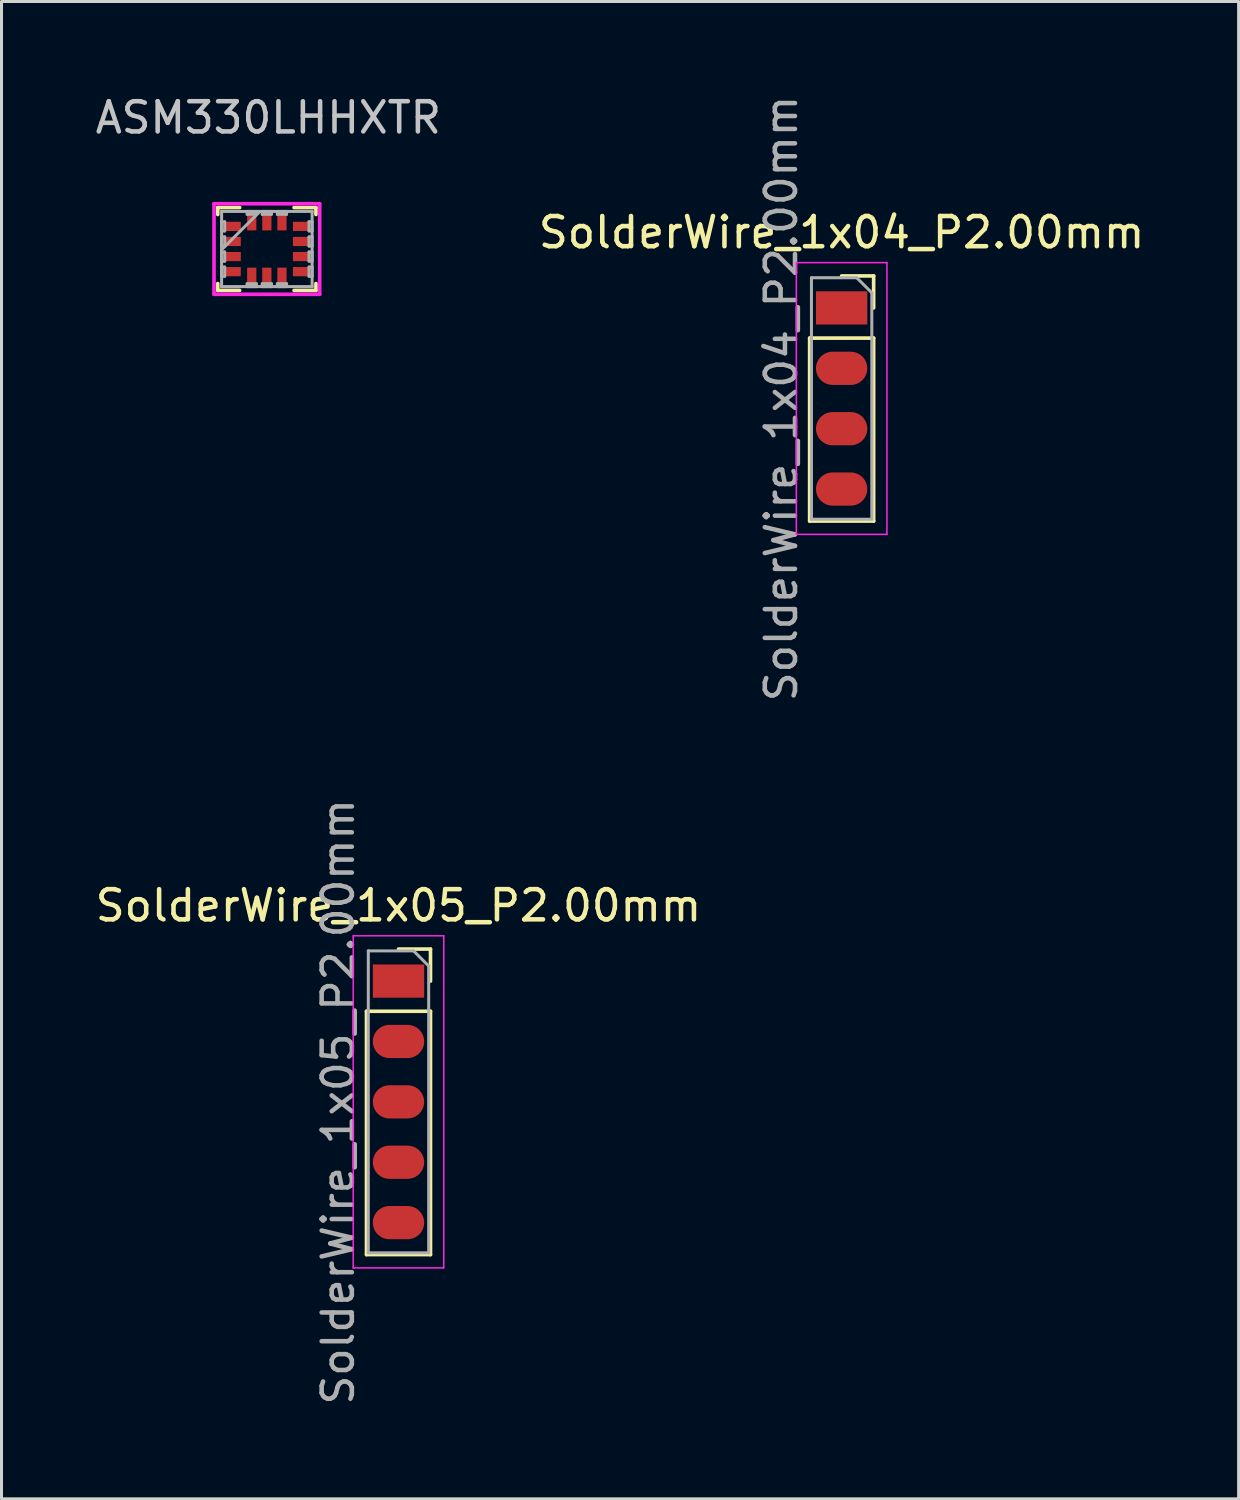
<source format=kicad_pcb>
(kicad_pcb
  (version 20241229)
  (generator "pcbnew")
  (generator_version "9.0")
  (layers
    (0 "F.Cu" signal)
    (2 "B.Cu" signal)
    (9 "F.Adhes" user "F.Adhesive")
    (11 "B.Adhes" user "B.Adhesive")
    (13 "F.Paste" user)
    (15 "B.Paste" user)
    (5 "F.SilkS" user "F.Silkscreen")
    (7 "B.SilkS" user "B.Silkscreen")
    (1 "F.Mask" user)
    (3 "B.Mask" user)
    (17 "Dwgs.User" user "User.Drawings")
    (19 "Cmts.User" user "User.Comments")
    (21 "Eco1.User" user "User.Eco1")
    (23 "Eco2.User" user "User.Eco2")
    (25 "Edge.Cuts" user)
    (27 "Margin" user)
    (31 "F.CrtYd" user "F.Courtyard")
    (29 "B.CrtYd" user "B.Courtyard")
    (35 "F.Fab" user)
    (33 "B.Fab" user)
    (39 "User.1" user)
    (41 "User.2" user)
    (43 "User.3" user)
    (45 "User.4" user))
  (footprint "SolderWire_1x04_P2.00mm"
    (layer "F.Cu")
    (at 24.827 7.149)
    (property "Reference" "SolderWire_1x04_P2.00mm" (at 0 -2.5 0) (layer "F.SilkS") (effects (font (size 1 1) (thickness 0.15))))
    (attr through_hole)
    (fp_line (start -1.06 1) (end -1.06 7.06) (stroke (width 0.12) (type solid)) (layer "F.SilkS"))
    (fp_line (start -1.06 1) (end 1.06 1) (stroke (width 0.12) (type solid)) (layer "F.SilkS"))
    (fp_line (start -1.06 7.06) (end 1.06 7.06) (stroke (width 0.12) (type solid)) (layer "F.SilkS"))
    (fp_line (start 0 -1.06) (end 1.06 -1.06) (stroke (width 0.12) (type solid)) (layer "F.SilkS"))
    (fp_line (start 1.06 -1.06) (end 1.06 0) (stroke (width 0.12) (type solid)) (layer "F.SilkS"))
    (fp_line (start 1.06 1) (end 1.06 7.06) (stroke (width 0.12) (type solid)) (layer "F.SilkS"))
    (fp_line (start -1.5 -1.5) (end 1.5 -1.5) (stroke (width 0.05) (type solid)) (layer "F.CrtYd"))
    (fp_line (start -1.5 7.5) (end -1.5 -1.5) (stroke (width 0.05) (type solid)) (layer "F.CrtYd"))
    (fp_line (start 1.5 -1.5) (end 1.5 7.5) (stroke (width 0.05) (type solid)) (layer "F.CrtYd"))
    (fp_line (start 1.5 7.5) (end -1.5 7.5) (stroke (width 0.05) (type solid)) (layer "F.CrtYd"))
    (fp_line (start -1 -1) (end 0.5 -1) (stroke (width 0.1) (type solid)) (layer "F.Fab"))
    (fp_line (start -1 7) (end -1 -1) (stroke (width 0.1) (type solid)) (layer "F.Fab"))
    (fp_line (start 0.5 -1) (end 1 -0.5) (stroke (width 0.1) (type solid)) (layer "F.Fab"))
    (fp_line (start 1 -0.5) (end 1 7) (stroke (width 0.1) (type solid)) (layer "F.Fab"))
    (fp_line (start 1 7) (end -1 7) (stroke (width 0.1) (type solid)) (layer "F.Fab"))
    (fp_text user "${REFERENCE}" (at -2 3 90) (layer "F.Fab") (effects (font (size 1 1) (thickness 0.15))))
    (pad "1" smd rect (at 0 0) (size 1.7 1.1) (layers "F.Cu" "F.Mask" "F.Paste"))
    (pad "2" smd oval (at 0 2) (size 1.7 1.1) (layers "F.Cu" "F.Mask" "F.Paste"))
    (pad "3" smd oval (at 0 4) (size 1.7 1.1) (layers "F.Cu" "F.Mask" "F.Paste"))
    (pad "4" smd oval (at 0 6) (size 1.7 1.1) (layers "F.Cu" "F.Mask" "F.Paste")))
  (footprint "ASM330LHHXTR"
    (layer "F.Cu")
    (at 5.789 5.198)
    (property "Reference" "ASM330LHHXTR" (at 0.05 -4.35 0) (layer "Dwgs.User") (effects (font (size 1 1) (thickness 0.15))))
    (attr through_hole)
    (fp_line (start -1.626 -1.372) (end -1.626 -1.144) (stroke (width 0.12) (type solid)) (layer "F.SilkS"))
    (fp_line (start -1.626 1.144) (end -1.626 1.372) (stroke (width 0.12) (type solid)) (layer "F.SilkS"))
    (fp_line (start -1.626 1.372) (end -0.901 1.372) (stroke (width 0.12) (type solid)) (layer "F.SilkS"))
    (fp_line (start -0.901 -1.372) (end -1.626 -1.372) (stroke (width 0.12) (type solid)) (layer "F.SilkS"))
    (fp_line (start 0.901 1.372) (end 1.626 1.372) (stroke (width 0.12) (type solid)) (layer "F.SilkS"))
    (fp_line (start 1.626 -1.372) (end 0.901 -1.372) (stroke (width 0.12) (type solid)) (layer "F.SilkS"))
    (fp_line (start 1.626 -1.144) (end 1.626 -1.372) (stroke (width 0.12) (type solid)) (layer "F.SilkS"))
    (fp_line (start 1.626 1.372) (end 1.626 1.144) (stroke (width 0.12) (type solid)) (layer "F.SilkS"))
    (fp_line (start -1.75 -1.5) (end 1.75 -1.5) (stroke (width 0.12) (type solid)) (layer "F.CrtYd"))
    (fp_line (start -1.75 1.5) (end -1.75 -1.5) (stroke (width 0.12) (type solid)) (layer "F.CrtYd"))
    (fp_line (start 1.75 -1.5) (end 1.75 1.5) (stroke (width 0.12) (type solid)) (layer "F.CrtYd"))
    (fp_line (start 1.75 1.5) (end -1.75 1.5) (stroke (width 0.12) (type solid)) (layer "F.CrtYd"))
    (fp_line (start -1.499 -1.245) (end -1.499 -1.245) (stroke (width 0.1) (type solid)) (layer "F.Fab"))
    (fp_line (start -1.499 -1.245) (end -1.499 1.245) (stroke (width 0.1) (type solid)) (layer "F.Fab"))
    (fp_line (start -1.499 -0.903) (end -1.397 -0.903) (stroke (width 0.1) (type solid)) (layer "F.Fab"))
    (fp_line (start -1.499 -0.598) (end -1.499 -0.903) (stroke (width 0.1) (type solid)) (layer "F.Fab"))
    (fp_line (start -1.499 -0.402) (end -1.397 -0.402) (stroke (width 0.1) (type solid)) (layer "F.Fab"))
    (fp_line (start -1.499 -0.098) (end -1.499 -0.402) (stroke (width 0.1) (type solid)) (layer "F.Fab"))
    (fp_line (start -1.499 0.025) (end -0.229 -1.245) (stroke (width 0.1) (type solid)) (layer "F.Fab"))
    (fp_line (start -1.499 0.098) (end -1.397 0.098) (stroke (width 0.1) (type solid)) (layer "F.Fab"))
    (fp_line (start -1.499 0.402) (end -1.499 0.098) (stroke (width 0.1) (type solid)) (layer "F.Fab"))
    (fp_line (start -1.499 0.598) (end -1.397 0.598) (stroke (width 0.1) (type solid)) (layer "F.Fab"))
    (fp_line (start -1.499 0.903) (end -1.499 0.598) (stroke (width 0.1) (type solid)) (layer "F.Fab"))
    (fp_line (start -1.499 1.245) (end -1.499 1.245) (stroke (width 0.1) (type solid)) (layer "F.Fab"))
    (fp_line (start -1.499 1.245) (end 1.499 1.245) (stroke (width 0.1) (type solid)) (layer "F.Fab"))
    (fp_line (start -1.397 -0.903) (end -1.397 -0.598) (stroke (width 0.1) (type solid)) (layer "F.Fab"))
    (fp_line (start -1.397 -0.598) (end -1.499 -0.598) (stroke (width 0.1) (type solid)) (layer "F.Fab"))
    (fp_line (start -1.397 -0.402) (end -1.397 -0.098) (stroke (width 0.1) (type solid)) (layer "F.Fab"))
    (fp_line (start -1.397 -0.098) (end -1.499 -0.098) (stroke (width 0.1) (type solid)) (layer "F.Fab"))
    (fp_line (start -1.397 0.098) (end -1.397 0.402) (stroke (width 0.1) (type solid)) (layer "F.Fab"))
    (fp_line (start -1.397 0.402) (end -1.499 0.402) (stroke (width 0.1) (type solid)) (layer "F.Fab"))
    (fp_line (start -1.397 0.598) (end -1.397 0.903) (stroke (width 0.1) (type solid)) (layer "F.Fab"))
    (fp_line (start -1.397 0.903) (end -1.499 0.903) (stroke (width 0.1) (type solid)) (layer "F.Fab"))
    (fp_line (start -0.653 -1.245) (end -0.348 -1.245) (stroke (width 0.1) (type solid)) (layer "F.Fab"))
    (fp_line (start -0.653 -1.15) (end -0.653 -1.245) (stroke (width 0.1) (type solid)) (layer "F.Fab"))
    (fp_line (start -0.653 1.15) (end -0.348 1.15) (stroke (width 0.1) (type solid)) (layer "F.Fab"))
    (fp_line (start -0.653 1.245) (end -0.653 1.15) (stroke (width 0.1) (type solid)) (layer "F.Fab"))
    (fp_line (start -0.348 -1.245) (end -0.348 -1.15) (stroke (width 0.1) (type solid)) (layer "F.Fab"))
    (fp_line (start -0.348 -1.15) (end -0.653 -1.15) (stroke (width 0.1) (type solid)) (layer "F.Fab"))
    (fp_line (start -0.348 1.15) (end -0.348 1.245) (stroke (width 0.1) (type solid)) (layer "F.Fab"))
    (fp_line (start -0.348 1.245) (end -0.653 1.245) (stroke (width 0.1) (type solid)) (layer "F.Fab"))
    (fp_line (start -0.152 -1.245) (end 0.152 -1.245) (stroke (width 0.1) (type solid)) (layer "F.Fab"))
    (fp_line (start -0.152 -1.15) (end -0.152 -1.245) (stroke (width 0.1) (type solid)) (layer "F.Fab"))
    (fp_line (start -0.152 1.15) (end 0.152 1.15) (stroke (width 0.1) (type solid)) (layer "F.Fab"))
    (fp_line (start -0.152 1.245) (end -0.152 1.15) (stroke (width 0.1) (type solid)) (layer "F.Fab"))
    (fp_line (start 0.152 -1.245) (end 0.152 -1.15) (stroke (width 0.1) (type solid)) (layer "F.Fab"))
    (fp_line (start 0.152 -1.15) (end -0.152 -1.15) (stroke (width 0.1) (type solid)) (layer "F.Fab"))
    (fp_line (start 0.152 1.15) (end 0.152 1.245) (stroke (width 0.1) (type solid)) (layer "F.Fab"))
    (fp_line (start 0.152 1.245) (end -0.152 1.245) (stroke (width 0.1) (type solid)) (layer "F.Fab"))
    (fp_line (start 0.348 -1.245) (end 0.653 -1.245) (stroke (width 0.1) (type solid)) (layer "F.Fab"))
    (fp_line (start 0.348 -1.15) (end 0.348 -1.245) (stroke (width 0.1) (type solid)) (layer "F.Fab"))
    (fp_line (start 0.348 1.15) (end 0.653 1.15) (stroke (width 0.1) (type solid)) (layer "F.Fab"))
    (fp_line (start 0.348 1.245) (end 0.348 1.15) (stroke (width 0.1) (type solid)) (layer "F.Fab"))
    (fp_line (start 0.653 -1.245) (end 0.653 -1.15) (stroke (width 0.1) (type solid)) (layer "F.Fab"))
    (fp_line (start 0.653 -1.15) (end 0.348 -1.15) (stroke (width 0.1) (type solid)) (layer "F.Fab"))
    (fp_line (start 0.653 1.15) (end 0.653 1.245) (stroke (width 0.1) (type solid)) (layer "F.Fab"))
    (fp_line (start 0.653 1.245) (end 0.348 1.245) (stroke (width 0.1) (type solid)) (layer "F.Fab"))
    (fp_line (start 1.397 -0.903) (end 1.499 -0.903) (stroke (width 0.1) (type solid)) (layer "F.Fab"))
    (fp_line (start 1.397 -0.598) (end 1.397 -0.903) (stroke (width 0.1) (type solid)) (layer "F.Fab"))
    (fp_line (start 1.397 -0.402) (end 1.499 -0.402) (stroke (width 0.1) (type solid)) (layer "F.Fab"))
    (fp_line (start 1.397 -0.098) (end 1.397 -0.402) (stroke (width 0.1) (type solid)) (layer "F.Fab"))
    (fp_line (start 1.397 0.098) (end 1.499 0.098) (stroke (width 0.1) (type solid)) (layer "F.Fab"))
    (fp_line (start 1.397 0.402) (end 1.397 0.098) (stroke (width 0.1) (type solid)) (layer "F.Fab"))
    (fp_line (start 1.397 0.598) (end 1.499 0.598) (stroke (width 0.1) (type solid)) (layer "F.Fab"))
    (fp_line (start 1.397 0.903) (end 1.397 0.598) (stroke (width 0.1) (type solid)) (layer "F.Fab"))
    (fp_line (start 1.499 -1.245) (end -1.499 -1.245) (stroke (width 0.1) (type solid)) (layer "F.Fab"))
    (fp_line (start 1.499 -1.245) (end 1.499 -1.245) (stroke (width 0.1) (type solid)) (layer "F.Fab"))
    (fp_line (start 1.499 -0.903) (end 1.499 -0.598) (stroke (width 0.1) (type solid)) (layer "F.Fab"))
    (fp_line (start 1.499 -0.598) (end 1.397 -0.598) (stroke (width 0.1) (type solid)) (layer "F.Fab"))
    (fp_line (start 1.499 -0.402) (end 1.499 -0.098) (stroke (width 0.1) (type solid)) (layer "F.Fab"))
    (fp_line (start 1.499 -0.098) (end 1.397 -0.098) (stroke (width 0.1) (type solid)) (layer "F.Fab"))
    (fp_line (start 1.499 0.098) (end 1.499 0.402) (stroke (width 0.1) (type solid)) (layer "F.Fab"))
    (fp_line (start 1.499 0.402) (end 1.397 0.402) (stroke (width 0.1) (type solid)) (layer "F.Fab"))
    (fp_line (start 1.499 0.598) (end 1.499 0.903) (stroke (width 0.1) (type solid)) (layer "F.Fab"))
    (fp_line (start 1.499 0.903) (end 1.397 0.903) (stroke (width 0.1) (type solid)) (layer "F.Fab"))
    (fp_line (start 1.499 1.245) (end 1.499 -1.245) (stroke (width 0.1) (type solid)) (layer "F.Fab"))
    (fp_line (start 1.499 1.245) (end 1.499 1.245) (stroke (width 0.1) (type solid)) (layer "F.Fab"))
    (pad "1" smd rect (at -1.13 -0.75 90) (size 0.305 0.533) (layers "F.Cu" "F.Mask" "F.Paste"))
    (pad "2" smd rect (at -1.13 -0.25 90) (size 0.305 0.533) (layers "F.Cu" "F.Mask" "F.Paste"))
    (pad "3" smd rect (at -1.13 0.25 90) (size 0.305 0.533) (layers "F.Cu" "F.Mask" "F.Paste"))
    (pad "4" smd rect (at -1.13 0.75 90) (size 0.305 0.533) (layers "F.Cu" "F.Mask" "F.Paste"))
    (pad "5" smd rect (at -0.5 0.883) (size 0.305 0.533) (layers "F.Cu" "F.Mask" "F.Paste"))
    (pad "6" smd rect (at 0 0.883) (size 0.305 0.533) (layers "F.Cu" "F.Mask" "F.Paste"))
    (pad "7" smd rect (at 0.5 0.883) (size 0.305 0.533) (layers "F.Cu" "F.Mask" "F.Paste"))
    (pad "8" smd rect (at 1.13 0.75 90) (size 0.305 0.533) (layers "F.Cu" "F.Mask" "F.Paste"))
    (pad "9" smd rect (at 1.13 0.25 90) (size 0.305 0.533) (layers "F.Cu" "F.Mask" "F.Paste"))
    (pad "10" smd rect (at 1.13 -0.25 90) (size 0.305 0.533) (layers "F.Cu" "F.Mask" "F.Paste"))
    (pad "11" smd rect (at 1.13 -0.75 90) (size 0.305 0.533) (layers "F.Cu" "F.Mask" "F.Paste"))
    (pad "12" smd rect (at 0.5 -0.883) (size 0.305 0.533) (layers "F.Cu" "F.Mask" "F.Paste"))
    (pad "13" smd rect (at 0 -0.883) (size 0.305 0.533) (layers "F.Cu" "F.Mask" "F.Paste"))
    (pad "14" smd rect (at -0.5 -0.883) (size 0.305 0.533) (layers "F.Cu" "F.Mask" "F.Paste")))
  (footprint "SolderWire_1x05_P2.00mm"
    (layer "F.Cu")
    (at 10.149 29.446)
    (property "Reference" "SolderWire_1x05_P2.00mm" (at 0 -2.5 0) (layer "F.SilkS") (effects (font (size 1 1) (thickness 0.15))))
    (attr through_hole)
    (fp_line (start -1.06 1) (end -1.06 9.06) (stroke (width 0.12) (type solid)) (layer "F.SilkS"))
    (fp_line (start -1.06 1) (end 1.06 1) (stroke (width 0.12) (type solid)) (layer "F.SilkS"))
    (fp_line (start -1.06 9.06) (end 1.06 9.06) (stroke (width 0.12) (type solid)) (layer "F.SilkS"))
    (fp_line (start 0 -1.06) (end 1.06 -1.06) (stroke (width 0.12) (type solid)) (layer "F.SilkS"))
    (fp_line (start 1.06 -1.06) (end 1.06 0) (stroke (width 0.12) (type solid)) (layer "F.SilkS"))
    (fp_line (start 1.06 1) (end 1.06 9.06) (stroke (width 0.12) (type solid)) (layer "F.SilkS"))
    (fp_line (start -1.5 -1.5) (end 1.5 -1.5) (stroke (width 0.05) (type solid)) (layer "F.CrtYd"))
    (fp_line (start -1.5 9.5) (end -1.5 -1.5) (stroke (width 0.05) (type solid)) (layer "F.CrtYd"))
    (fp_line (start 1.5 -1.5) (end 1.5 9.5) (stroke (width 0.05) (type solid)) (layer "F.CrtYd"))
    (fp_line (start 1.5 9.5) (end -1.5 9.5) (stroke (width 0.05) (type solid)) (layer "F.CrtYd"))
    (fp_line (start -1 -1) (end 0.5 -1) (stroke (width 0.1) (type solid)) (layer "F.Fab"))
    (fp_line (start -1 9) (end -1 -1) (stroke (width 0.1) (type solid)) (layer "F.Fab"))
    (fp_line (start 0.5 -1) (end 1 -0.5) (stroke (width 0.1) (type solid)) (layer "F.Fab"))
    (fp_line (start 1 -0.5) (end 1 9) (stroke (width 0.1) (type solid)) (layer "F.Fab"))
    (fp_line (start 1 9) (end -1 9) (stroke (width 0.1) (type solid)) (layer "F.Fab"))
    (fp_text user "${REFERENCE}" (at -2 4 90) (layer "F.Fab") (effects (font (size 1 1) (thickness 0.15))))
    (pad "1" smd rect (at 0 0) (size 1.7 1.1) (layers "F.Cu" "F.Mask" "F.Paste"))
    (pad "2" smd oval (at 0 2) (size 1.7 1.1) (layers "F.Cu" "F.Mask" "F.Paste"))
    (pad "3" smd oval (at 0 4) (size 1.7 1.1) (layers "F.Cu" "F.Mask" "F.Paste"))
    (pad "4" smd oval (at 0 6) (size 1.7 1.1) (layers "F.Cu" "F.Mask" "F.Paste"))
    (pad "5" smd oval (at 0 8) (size 1.7 1.1) (layers "F.Cu" "F.Mask" "F.Paste")))
  (gr_rect
    (start -3 -3)
    (end 37.976 46.595)
    (stroke (width 0.1) (type default))
    (fill no)
    (layer "Edge.Cuts")))
</source>
